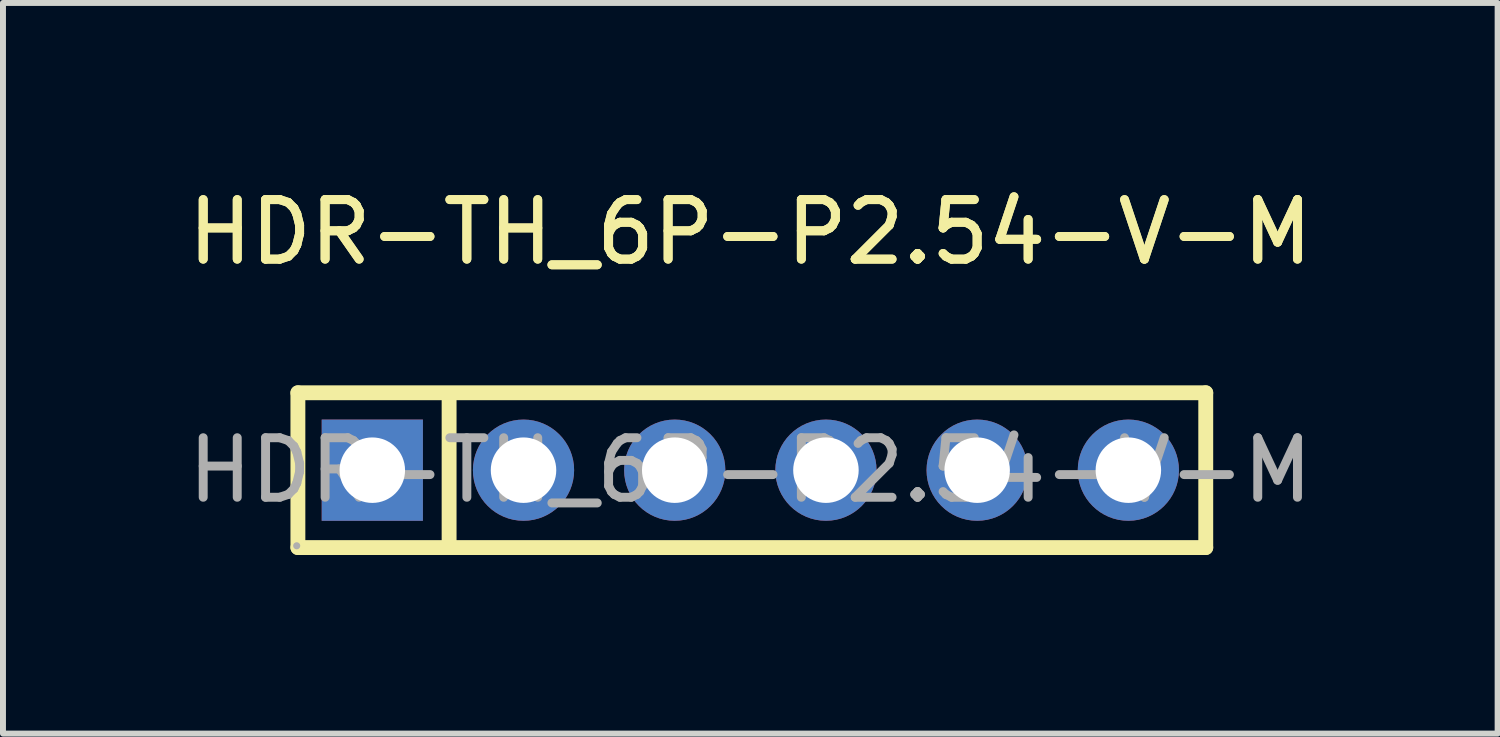
<source format=kicad_pcb>
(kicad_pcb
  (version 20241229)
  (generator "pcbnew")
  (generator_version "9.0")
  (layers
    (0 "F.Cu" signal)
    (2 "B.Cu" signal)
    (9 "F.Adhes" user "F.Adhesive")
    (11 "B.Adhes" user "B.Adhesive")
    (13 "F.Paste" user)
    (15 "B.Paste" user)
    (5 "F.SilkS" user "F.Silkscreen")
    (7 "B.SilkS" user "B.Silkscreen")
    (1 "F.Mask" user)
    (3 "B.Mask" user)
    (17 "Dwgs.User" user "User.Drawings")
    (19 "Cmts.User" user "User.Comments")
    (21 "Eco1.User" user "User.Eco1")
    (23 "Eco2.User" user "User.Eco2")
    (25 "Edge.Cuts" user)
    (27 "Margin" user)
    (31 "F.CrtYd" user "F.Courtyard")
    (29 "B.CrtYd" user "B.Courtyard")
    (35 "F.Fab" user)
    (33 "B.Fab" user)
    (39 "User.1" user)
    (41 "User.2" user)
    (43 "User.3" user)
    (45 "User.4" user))
  (footprint "HDR-TH_6P-P2.54-V-M"
    (layer "F.Cu")
    (at 9.554 4.848)
    (property "Reference" "HDR-TH_6P-P2.54-V-M" (at 0 -4 0) (layer "F.SilkS") (effects (font (size 1 1) (thickness 0.15))))
    (attr through_hole)
    (fp_line (start -7.6 -1.3) (end 7.65 -1.3) (stroke (width 0.25) (type solid)) (layer "F.SilkS"))
    (fp_line (start -7.6 1.3) (end -7.6 -1.3) (stroke (width 0.25) (type solid)) (layer "F.SilkS"))
    (fp_line (start -5.06 -1.27) (end -5.06 1.27) (stroke (width 0.25) (type solid)) (layer "F.SilkS"))
    (fp_line (start 7.65 -1.3) (end 7.65 1.3) (stroke (width 0.25) (type solid)) (layer "F.SilkS"))
    (fp_line (start 7.65 1.3) (end -7.6 1.3) (stroke (width 0.25) (type solid)) (layer "F.SilkS"))
    (fp_circle (center -7.62 1.27) (end -7.59 1.27) (stroke (width 0.06) (type solid)) (fill no) (layer "F.Fab"))
    (fp_text user "${REFERENCE}" (at 0 -4 0) (layer "F.SilkS") (effects (font (size 1 1) (thickness 0.15))))
    (fp_text user "${REFERENCE}" (at 0 0 0) (layer "F.Fab") (effects (font (size 1 1) (thickness 0.15))))
    (pad "1" thru_hole rect (at -6.35 0) (size 1.7 1.7) (drill 1.1) (layers "*.Cu" "*.Mask"))
    (pad "2" thru_hole circle (at -3.81 0) (size 1.7 1.7) (drill 1.1) (layers "*.Cu" "*.Mask"))
    (pad "3" thru_hole circle (at -1.27 0) (size 1.7 1.7) (drill 1.1) (layers "*.Cu" "*.Mask"))
    (pad "4" thru_hole circle (at 1.27 0) (size 1.7 1.7) (drill 1.1) (layers "*.Cu" "*.Mask"))
    (pad "5" thru_hole circle (at 3.81 0) (size 1.7 1.7) (drill 1.1) (layers "*.Cu" "*.Mask"))
    (pad "6" thru_hole circle (at 6.35 0) (size 1.7 1.7) (drill 1.1) (layers "*.Cu" "*.Mask")))
  (gr_rect
    (start -3 -3)
    (end 22.107 9.273)
    (stroke (width 0.1) (type default))
    (fill no)
    (layer "Edge.Cuts")))
</source>
